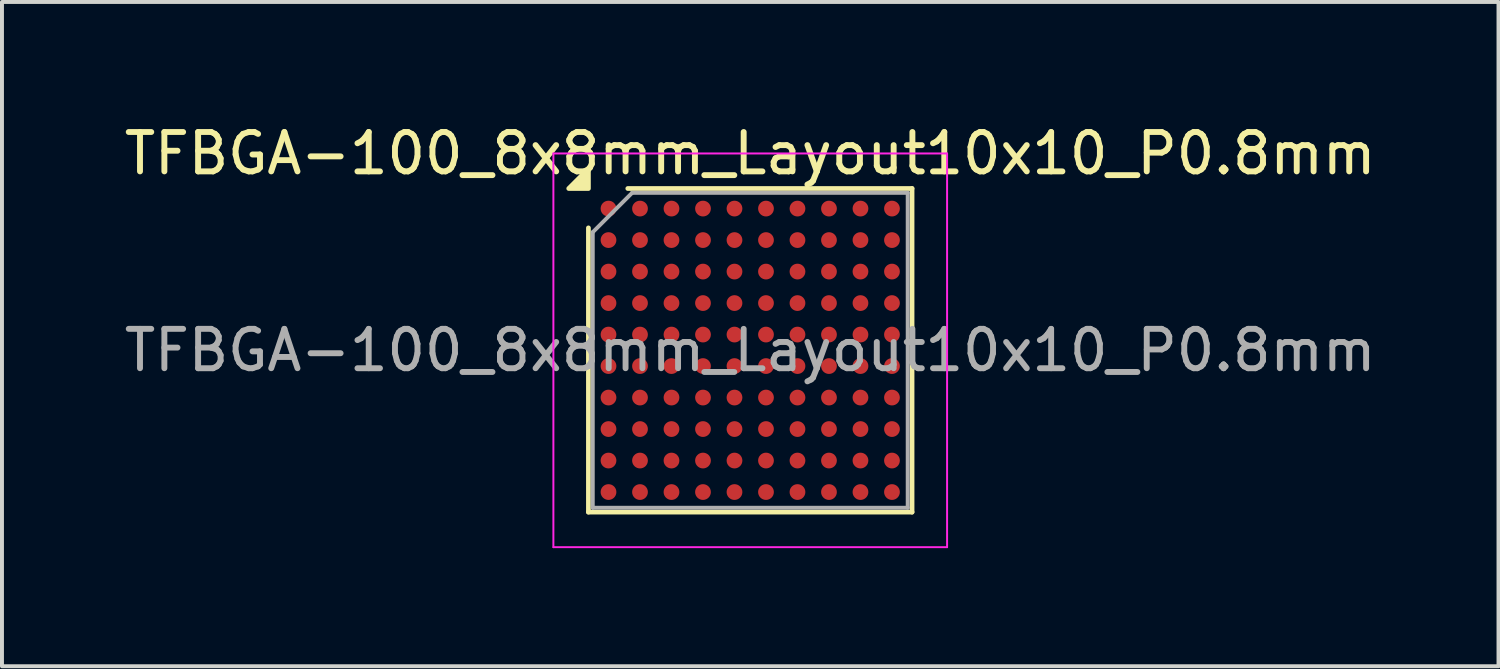
<source format=kicad_pcb>
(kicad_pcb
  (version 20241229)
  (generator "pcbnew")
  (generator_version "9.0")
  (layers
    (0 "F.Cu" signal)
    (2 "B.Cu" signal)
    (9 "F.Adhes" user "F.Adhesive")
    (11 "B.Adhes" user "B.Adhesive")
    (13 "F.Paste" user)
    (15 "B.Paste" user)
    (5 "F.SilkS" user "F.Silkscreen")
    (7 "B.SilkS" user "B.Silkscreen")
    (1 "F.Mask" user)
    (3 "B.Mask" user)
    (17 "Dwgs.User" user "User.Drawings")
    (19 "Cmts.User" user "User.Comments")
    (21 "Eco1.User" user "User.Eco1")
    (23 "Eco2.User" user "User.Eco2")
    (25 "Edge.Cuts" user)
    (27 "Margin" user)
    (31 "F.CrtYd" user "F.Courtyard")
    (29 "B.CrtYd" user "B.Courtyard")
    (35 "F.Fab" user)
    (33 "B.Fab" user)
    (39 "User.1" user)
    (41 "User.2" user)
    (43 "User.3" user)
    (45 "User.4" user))
  (footprint "TFBGA-100_8x8mm_Layout10x10_P0.8mm"
    (layer "F.Cu")
    (at 16.006 5.848)
    (property "Reference" "TFBGA-100_8x8mm_Layout10x10_P0.8mm" (at 0 -5 0) (layer "F.SilkS") (effects (font (size 1 1) (thickness 0.15))))
    (attr smd)
    (fp_line (start -4.11 4.11) (end -4.11 -3.11) (stroke (width 0.12) (type solid)) (layer "F.SilkS"))
    (fp_line (start -3.11 -4.11) (end 4.11 -4.11) (stroke (width 0.12) (type solid)) (layer "F.SilkS"))
    (fp_line (start 4.11 -4.11) (end 4.11 4.11) (stroke (width 0.12) (type solid)) (layer "F.SilkS"))
    (fp_line (start 4.11 4.11) (end -4.11 4.11) (stroke (width 0.12) (type solid)) (layer "F.SilkS"))
    (fp_poly (pts (xy -4.11 -4.11) (xy -4.61 -4.11) (xy -4.11 -4.61) (xy -4.11 -4.11)) (stroke (width 0.12) (type solid)) (fill yes) (layer "F.SilkS"))
    (fp_line (start -5 -5) (end -5 5) (stroke (width 0.05) (type solid)) (layer "F.CrtYd"))
    (fp_line (start -5 5) (end 5 5) (stroke (width 0.05) (type solid)) (layer "F.CrtYd"))
    (fp_line (start 5 -5) (end -5 -5) (stroke (width 0.05) (type solid)) (layer "F.CrtYd"))
    (fp_line (start 5 5) (end 5 -5) (stroke (width 0.05) (type solid)) (layer "F.CrtYd"))
    (fp_line (start -4 -3) (end -3 -4) (stroke (width 0.1) (type solid)) (layer "F.Fab"))
    (fp_line (start -4 4) (end -4 -3) (stroke (width 0.1) (type solid)) (layer "F.Fab"))
    (fp_line (start -3 -4) (end 4 -4) (stroke (width 0.1) (type solid)) (layer "F.Fab"))
    (fp_line (start 4 -4) (end 4 4) (stroke (width 0.1) (type solid)) (layer "F.Fab"))
    (fp_line (start 4 4) (end -4 4) (stroke (width 0.1) (type solid)) (layer "F.Fab"))
    (fp_text user "${REFERENCE}" (at 0 0 0) (layer "F.Fab") (effects (font (size 1 1) (thickness 0.15))))
    (pad "A1" smd circle (at -3.6 -3.6) (size 0.4 0.4) (property pad_prop_bga) (layers "F.Cu" "F.Mask" "F.Paste"))
    (pad "A2" smd circle (at -2.8 -3.6) (size 0.4 0.4) (property pad_prop_bga) (layers "F.Cu" "F.Mask" "F.Paste"))
    (pad "A3" smd circle (at -2 -3.6) (size 0.4 0.4) (property pad_prop_bga) (layers "F.Cu" "F.Mask" "F.Paste"))
    (pad "A4" smd circle (at -1.2 -3.6) (size 0.4 0.4) (property pad_prop_bga) (layers "F.Cu" "F.Mask" "F.Paste"))
    (pad "A5" smd circle (at -0.4 -3.6) (size 0.4 0.4) (property pad_prop_bga) (layers "F.Cu" "F.Mask" "F.Paste"))
    (pad "A6" smd circle (at 0.4 -3.6) (size 0.4 0.4) (property pad_prop_bga) (layers "F.Cu" "F.Mask" "F.Paste"))
    (pad "A7" smd circle (at 1.2 -3.6) (size 0.4 0.4) (property pad_prop_bga) (layers "F.Cu" "F.Mask" "F.Paste"))
    (pad "A8" smd circle (at 2 -3.6) (size 0.4 0.4) (property pad_prop_bga) (layers "F.Cu" "F.Mask" "F.Paste"))
    (pad "A9" smd circle (at 2.8 -3.6) (size 0.4 0.4) (property pad_prop_bga) (layers "F.Cu" "F.Mask" "F.Paste"))
    (pad "A10" smd circle (at 3.6 -3.6) (size 0.4 0.4) (property pad_prop_bga) (layers "F.Cu" "F.Mask" "F.Paste"))
    (pad "B1" smd circle (at -3.6 -2.8) (size 0.4 0.4) (property pad_prop_bga) (layers "F.Cu" "F.Mask" "F.Paste"))
    (pad "B2" smd circle (at -2.8 -2.8) (size 0.4 0.4) (property pad_prop_bga) (layers "F.Cu" "F.Mask" "F.Paste"))
    (pad "B3" smd circle (at -2 -2.8) (size 0.4 0.4) (property pad_prop_bga) (layers "F.Cu" "F.Mask" "F.Paste"))
    (pad "B4" smd circle (at -1.2 -2.8) (size 0.4 0.4) (property pad_prop_bga) (layers "F.Cu" "F.Mask" "F.Paste"))
    (pad "B5" smd circle (at -0.4 -2.8) (size 0.4 0.4) (property pad_prop_bga) (layers "F.Cu" "F.Mask" "F.Paste"))
    (pad "B6" smd circle (at 0.4 -2.8) (size 0.4 0.4) (property pad_prop_bga) (layers "F.Cu" "F.Mask" "F.Paste"))
    (pad "B7" smd circle (at 1.2 -2.8) (size 0.4 0.4) (property pad_prop_bga) (layers "F.Cu" "F.Mask" "F.Paste"))
    (pad "B8" smd circle (at 2 -2.8) (size 0.4 0.4) (property pad_prop_bga) (layers "F.Cu" "F.Mask" "F.Paste"))
    (pad "B9" smd circle (at 2.8 -2.8) (size 0.4 0.4) (property pad_prop_bga) (layers "F.Cu" "F.Mask" "F.Paste"))
    (pad "B10" smd circle (at 3.6 -2.8) (size 0.4 0.4) (property pad_prop_bga) (layers "F.Cu" "F.Mask" "F.Paste"))
    (pad "C1" smd circle (at -3.6 -2) (size 0.4 0.4) (property pad_prop_bga) (layers "F.Cu" "F.Mask" "F.Paste"))
    (pad "C2" smd circle (at -2.8 -2) (size 0.4 0.4) (property pad_prop_bga) (layers "F.Cu" "F.Mask" "F.Paste"))
    (pad "C3" smd circle (at -2 -2) (size 0.4 0.4) (property pad_prop_bga) (layers "F.Cu" "F.Mask" "F.Paste"))
    (pad "C4" smd circle (at -1.2 -2) (size 0.4 0.4) (property pad_prop_bga) (layers "F.Cu" "F.Mask" "F.Paste"))
    (pad "C5" smd circle (at -0.4 -2) (size 0.4 0.4) (property pad_prop_bga) (layers "F.Cu" "F.Mask" "F.Paste"))
    (pad "C6" smd circle (at 0.4 -2) (size 0.4 0.4) (property pad_prop_bga) (layers "F.Cu" "F.Mask" "F.Paste"))
    (pad "C7" smd circle (at 1.2 -2) (size 0.4 0.4) (property pad_prop_bga) (layers "F.Cu" "F.Mask" "F.Paste"))
    (pad "C8" smd circle (at 2 -2) (size 0.4 0.4) (property pad_prop_bga) (layers "F.Cu" "F.Mask" "F.Paste"))
    (pad "C9" smd circle (at 2.8 -2) (size 0.4 0.4) (property pad_prop_bga) (layers "F.Cu" "F.Mask" "F.Paste"))
    (pad "C10" smd circle (at 3.6 -2) (size 0.4 0.4) (property pad_prop_bga) (layers "F.Cu" "F.Mask" "F.Paste"))
    (pad "D1" smd circle (at -3.6 -1.2) (size 0.4 0.4) (property pad_prop_bga) (layers "F.Cu" "F.Mask" "F.Paste"))
    (pad "D2" smd circle (at -2.8 -1.2) (size 0.4 0.4) (property pad_prop_bga) (layers "F.Cu" "F.Mask" "F.Paste"))
    (pad "D3" smd circle (at -2 -1.2) (size 0.4 0.4) (property pad_prop_bga) (layers "F.Cu" "F.Mask" "F.Paste"))
    (pad "D4" smd circle (at -1.2 -1.2) (size 0.4 0.4) (property pad_prop_bga) (layers "F.Cu" "F.Mask" "F.Paste"))
    (pad "D5" smd circle (at -0.4 -1.2) (size 0.4 0.4) (property pad_prop_bga) (layers "F.Cu" "F.Mask" "F.Paste"))
    (pad "D6" smd circle (at 0.4 -1.2) (size 0.4 0.4) (property pad_prop_bga) (layers "F.Cu" "F.Mask" "F.Paste"))
    (pad "D7" smd circle (at 1.2 -1.2) (size 0.4 0.4) (property pad_prop_bga) (layers "F.Cu" "F.Mask" "F.Paste"))
    (pad "D8" smd circle (at 2 -1.2) (size 0.4 0.4) (property pad_prop_bga) (layers "F.Cu" "F.Mask" "F.Paste"))
    (pad "D9" smd circle (at 2.8 -1.2) (size 0.4 0.4) (property pad_prop_bga) (layers "F.Cu" "F.Mask" "F.Paste"))
    (pad "D10" smd circle (at 3.6 -1.2) (size 0.4 0.4) (property pad_prop_bga) (layers "F.Cu" "F.Mask" "F.Paste"))
    (pad "E1" smd circle (at -3.6 -0.4) (size 0.4 0.4) (property pad_prop_bga) (layers "F.Cu" "F.Mask" "F.Paste"))
    (pad "E2" smd circle (at -2.8 -0.4) (size 0.4 0.4) (property pad_prop_bga) (layers "F.Cu" "F.Mask" "F.Paste"))
    (pad "E3" smd circle (at -2 -0.4) (size 0.4 0.4) (property pad_prop_bga) (layers "F.Cu" "F.Mask" "F.Paste"))
    (pad "E4" smd circle (at -1.2 -0.4) (size 0.4 0.4) (property pad_prop_bga) (layers "F.Cu" "F.Mask" "F.Paste"))
    (pad "E5" smd circle (at -0.4 -0.4) (size 0.4 0.4) (property pad_prop_bga) (layers "F.Cu" "F.Mask" "F.Paste"))
    (pad "E6" smd circle (at 0.4 -0.4) (size 0.4 0.4) (property pad_prop_bga) (layers "F.Cu" "F.Mask" "F.Paste"))
    (pad "E7" smd circle (at 1.2 -0.4) (size 0.4 0.4) (property pad_prop_bga) (layers "F.Cu" "F.Mask" "F.Paste"))
    (pad "E8" smd circle (at 2 -0.4) (size 0.4 0.4) (property pad_prop_bga) (layers "F.Cu" "F.Mask" "F.Paste"))
    (pad "E9" smd circle (at 2.8 -0.4) (size 0.4 0.4) (property pad_prop_bga) (layers "F.Cu" "F.Mask" "F.Paste"))
    (pad "E10" smd circle (at 3.6 -0.4) (size 0.4 0.4) (property pad_prop_bga) (layers "F.Cu" "F.Mask" "F.Paste"))
    (pad "F1" smd circle (at -3.6 0.4) (size 0.4 0.4) (property pad_prop_bga) (layers "F.Cu" "F.Mask" "F.Paste"))
    (pad "F2" smd circle (at -2.8 0.4) (size 0.4 0.4) (property pad_prop_bga) (layers "F.Cu" "F.Mask" "F.Paste"))
    (pad "F3" smd circle (at -2 0.4) (size 0.4 0.4) (property pad_prop_bga) (layers "F.Cu" "F.Mask" "F.Paste"))
    (pad "F4" smd circle (at -1.2 0.4) (size 0.4 0.4) (property pad_prop_bga) (layers "F.Cu" "F.Mask" "F.Paste"))
    (pad "F5" smd circle (at -0.4 0.4) (size 0.4 0.4) (property pad_prop_bga) (layers "F.Cu" "F.Mask" "F.Paste"))
    (pad "F6" smd circle (at 0.4 0.4) (size 0.4 0.4) (property pad_prop_bga) (layers "F.Cu" "F.Mask" "F.Paste"))
    (pad "F7" smd circle (at 1.2 0.4) (size 0.4 0.4) (property pad_prop_bga) (layers "F.Cu" "F.Mask" "F.Paste"))
    (pad "F8" smd circle (at 2 0.4) (size 0.4 0.4) (property pad_prop_bga) (layers "F.Cu" "F.Mask" "F.Paste"))
    (pad "F9" smd circle (at 2.8 0.4) (size 0.4 0.4) (property pad_prop_bga) (layers "F.Cu" "F.Mask" "F.Paste"))
    (pad "F10" smd circle (at 3.6 0.4) (size 0.4 0.4) (property pad_prop_bga) (layers "F.Cu" "F.Mask" "F.Paste"))
    (pad "G1" smd circle (at -3.6 1.2) (size 0.4 0.4) (property pad_prop_bga) (layers "F.Cu" "F.Mask" "F.Paste"))
    (pad "G2" smd circle (at -2.8 1.2) (size 0.4 0.4) (property pad_prop_bga) (layers "F.Cu" "F.Mask" "F.Paste"))
    (pad "G3" smd circle (at -2 1.2) (size 0.4 0.4) (property pad_prop_bga) (layers "F.Cu" "F.Mask" "F.Paste"))
    (pad "G4" smd circle (at -1.2 1.2) (size 0.4 0.4) (property pad_prop_bga) (layers "F.Cu" "F.Mask" "F.Paste"))
    (pad "G5" smd circle (at -0.4 1.2) (size 0.4 0.4) (property pad_prop_bga) (layers "F.Cu" "F.Mask" "F.Paste"))
    (pad "G6" smd circle (at 0.4 1.2) (size 0.4 0.4) (property pad_prop_bga) (layers "F.Cu" "F.Mask" "F.Paste"))
    (pad "G7" smd circle (at 1.2 1.2) (size 0.4 0.4) (property pad_prop_bga) (layers "F.Cu" "F.Mask" "F.Paste"))
    (pad "G8" smd circle (at 2 1.2) (size 0.4 0.4) (property pad_prop_bga) (layers "F.Cu" "F.Mask" "F.Paste"))
    (pad "G9" smd circle (at 2.8 1.2) (size 0.4 0.4) (property pad_prop_bga) (layers "F.Cu" "F.Mask" "F.Paste"))
    (pad "G10" smd circle (at 3.6 1.2) (size 0.4 0.4) (property pad_prop_bga) (layers "F.Cu" "F.Mask" "F.Paste"))
    (pad "H1" smd circle (at -3.6 2) (size 0.4 0.4) (property pad_prop_bga) (layers "F.Cu" "F.Mask" "F.Paste"))
    (pad "H2" smd circle (at -2.8 2) (size 0.4 0.4) (property pad_prop_bga) (layers "F.Cu" "F.Mask" "F.Paste"))
    (pad "H3" smd circle (at -2 2) (size 0.4 0.4) (property pad_prop_bga) (layers "F.Cu" "F.Mask" "F.Paste"))
    (pad "H4" smd circle (at -1.2 2) (size 0.4 0.4) (property pad_prop_bga) (layers "F.Cu" "F.Mask" "F.Paste"))
    (pad "H5" smd circle (at -0.4 2) (size 0.4 0.4) (property pad_prop_bga) (layers "F.Cu" "F.Mask" "F.Paste"))
    (pad "H6" smd circle (at 0.4 2) (size 0.4 0.4) (property pad_prop_bga) (layers "F.Cu" "F.Mask" "F.Paste"))
    (pad "H7" smd circle (at 1.2 2) (size 0.4 0.4) (property pad_prop_bga) (layers "F.Cu" "F.Mask" "F.Paste"))
    (pad "H8" smd circle (at 2 2) (size 0.4 0.4) (property pad_prop_bga) (layers "F.Cu" "F.Mask" "F.Paste"))
    (pad "H9" smd circle (at 2.8 2) (size 0.4 0.4) (property pad_prop_bga) (layers "F.Cu" "F.Mask" "F.Paste"))
    (pad "H10" smd circle (at 3.6 2) (size 0.4 0.4) (property pad_prop_bga) (layers "F.Cu" "F.Mask" "F.Paste"))
    (pad "J1" smd circle (at -3.6 2.8) (size 0.4 0.4) (property pad_prop_bga) (layers "F.Cu" "F.Mask" "F.Paste"))
    (pad "J2" smd circle (at -2.8 2.8) (size 0.4 0.4) (property pad_prop_bga) (layers "F.Cu" "F.Mask" "F.Paste"))
    (pad "J3" smd circle (at -2 2.8) (size 0.4 0.4) (property pad_prop_bga) (layers "F.Cu" "F.Mask" "F.Paste"))
    (pad "J4" smd circle (at -1.2 2.8) (size 0.4 0.4) (property pad_prop_bga) (layers "F.Cu" "F.Mask" "F.Paste"))
    (pad "J5" smd circle (at -0.4 2.8) (size 0.4 0.4) (property pad_prop_bga) (layers "F.Cu" "F.Mask" "F.Paste"))
    (pad "J6" smd circle (at 0.4 2.8) (size 0.4 0.4) (property pad_prop_bga) (layers "F.Cu" "F.Mask" "F.Paste"))
    (pad "J7" smd circle (at 1.2 2.8) (size 0.4 0.4) (property pad_prop_bga) (layers "F.Cu" "F.Mask" "F.Paste"))
    (pad "J8" smd circle (at 2 2.8) (size 0.4 0.4) (property pad_prop_bga) (layers "F.Cu" "F.Mask" "F.Paste"))
    (pad "J9" smd circle (at 2.8 2.8) (size 0.4 0.4) (property pad_prop_bga) (layers "F.Cu" "F.Mask" "F.Paste"))
    (pad "J10" smd circle (at 3.6 2.8) (size 0.4 0.4) (property pad_prop_bga) (layers "F.Cu" "F.Mask" "F.Paste"))
    (pad "K1" smd circle (at -3.6 3.6) (size 0.4 0.4) (property pad_prop_bga) (layers "F.Cu" "F.Mask" "F.Paste"))
    (pad "K2" smd circle (at -2.8 3.6) (size 0.4 0.4) (property pad_prop_bga) (layers "F.Cu" "F.Mask" "F.Paste"))
    (pad "K3" smd circle (at -2 3.6) (size 0.4 0.4) (property pad_prop_bga) (layers "F.Cu" "F.Mask" "F.Paste"))
    (pad "K4" smd circle (at -1.2 3.6) (size 0.4 0.4) (property pad_prop_bga) (layers "F.Cu" "F.Mask" "F.Paste"))
    (pad "K5" smd circle (at -0.4 3.6) (size 0.4 0.4) (property pad_prop_bga) (layers "F.Cu" "F.Mask" "F.Paste"))
    (pad "K6" smd circle (at 0.4 3.6) (size 0.4 0.4) (property pad_prop_bga) (layers "F.Cu" "F.Mask" "F.Paste"))
    (pad "K7" smd circle (at 1.2 3.6) (size 0.4 0.4) (property pad_prop_bga) (layers "F.Cu" "F.Mask" "F.Paste"))
    (pad "K8" smd circle (at 2 3.6) (size 0.4 0.4) (property pad_prop_bga) (layers "F.Cu" "F.Mask" "F.Paste"))
    (pad "K9" smd circle (at 2.8 3.6) (size 0.4 0.4) (property pad_prop_bga) (layers "F.Cu" "F.Mask" "F.Paste"))
    (pad "K10" smd circle (at 3.6 3.6) (size 0.4 0.4) (property pad_prop_bga) (layers "F.Cu" "F.Mask" "F.Paste")))
  (gr_rect
    (start -3 -3)
    (end 35.012 13.873)
    (stroke (width 0.1) (type default))
    (fill no)
    (layer "Edge.Cuts")))
</source>
